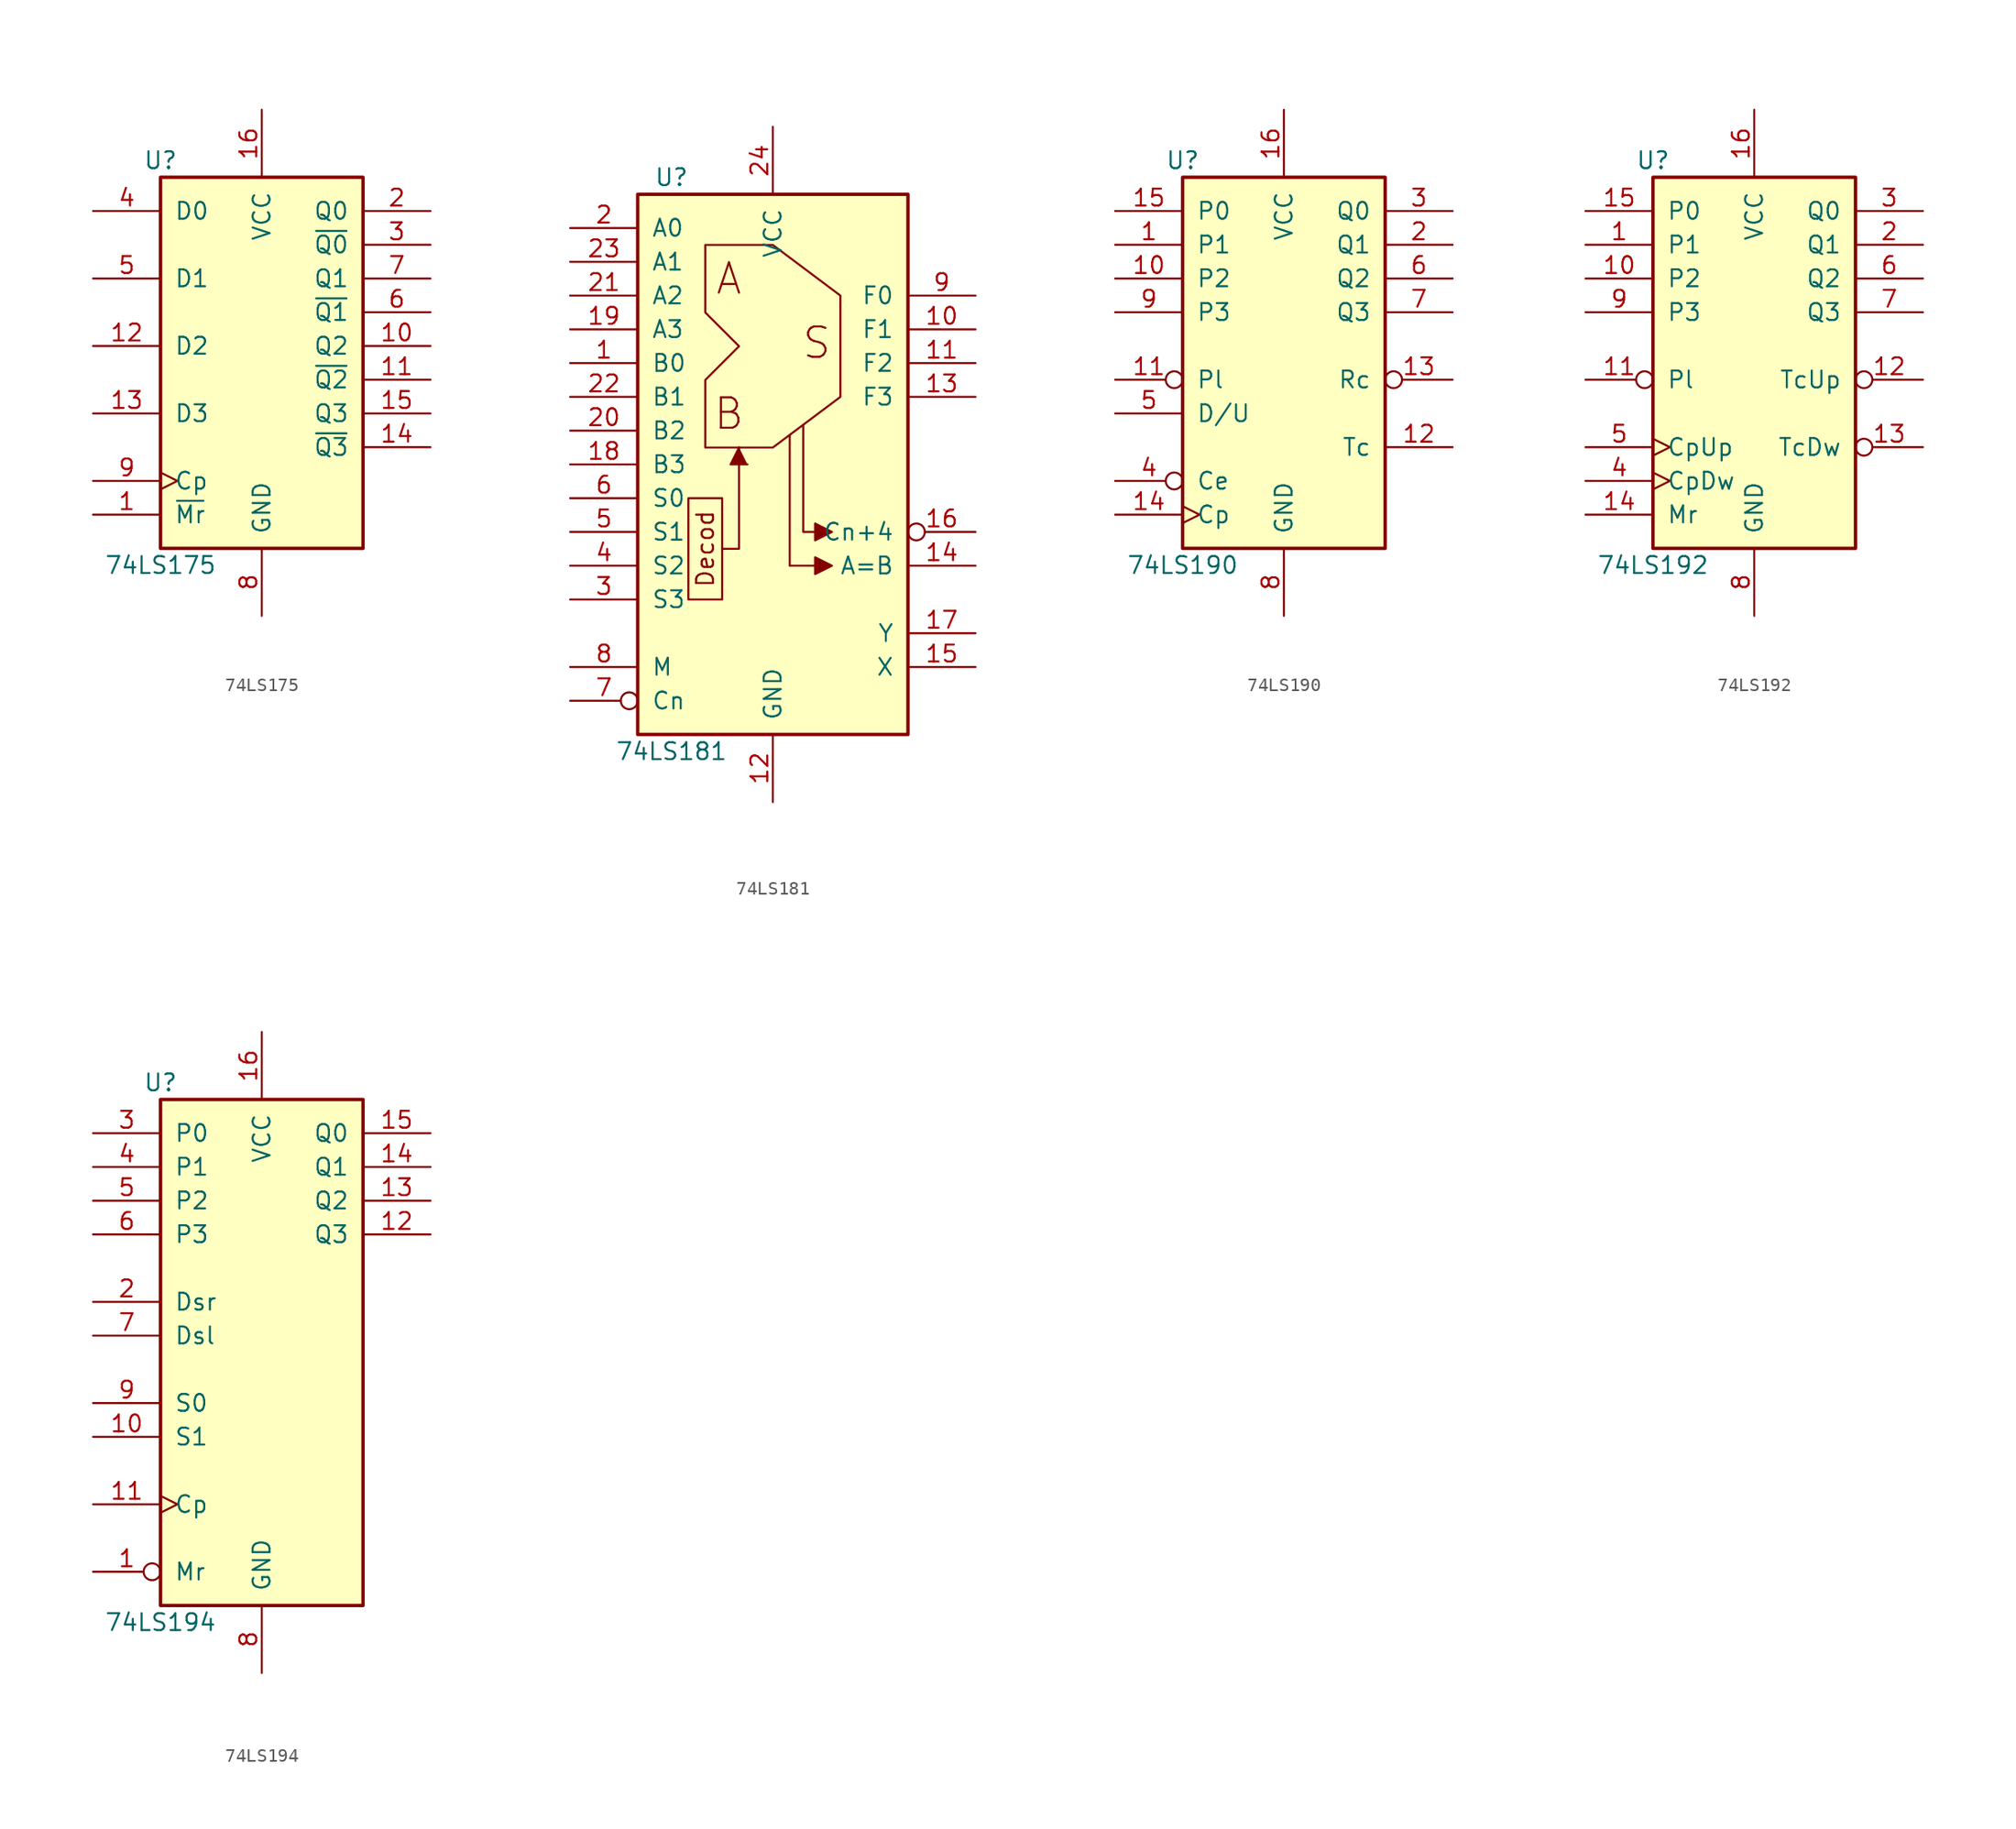
<source format=kicad_sym>
(kicad_symbol_lib
  (version 20201005)
  (generator kicad_symbol_editor)
  (symbol "74LS175"
    (pin_names
      (offset 1.016))
    (property "Reference" "U"
      (at -7.62 13.97 0)
      (effects (font (size 1.27 1.27))))
    (property "Value" "74LS175"
      (at -7.62 -16.51 0)
      (effects (font (size 1.27 1.27))))
    (property "ki_locked" ""
      (at 0 0 0)
      (effects (font (size 1.27 1.27))))
    (symbol "74LS175_1_0"
      (pin input line (at -12.7 -12.7 0) (length 5.08) (name "~Mr" (effects (font (size 1.27 1.27)))) (number "1" (effects (font (size 1.27 1.27)))))
      (pin output line (at 12.7 0 180) (length 5.08) (name "Q2" (effects (font (size 1.27 1.27)))) (number "10" (effects (font (size 1.27 1.27)))))
      (pin output line (at 12.7 -2.54 180) (length 5.08) (name "~Q2" (effects (font (size 1.27 1.27)))) (number "11" (effects (font (size 1.27 1.27)))))
      (pin input line (at -12.7 0 0) (length 5.08) (name "D2" (effects (font (size 1.27 1.27)))) (number "12" (effects (font (size 1.27 1.27)))))
      (pin input line (at -12.7 -5.08 0) (length 5.08) (name "D3" (effects (font (size 1.27 1.27)))) (number "13" (effects (font (size 1.27 1.27)))))
      (pin output line (at 12.7 -7.62 180) (length 5.08) (name "~Q3" (effects (font (size 1.27 1.27)))) (number "14" (effects (font (size 1.27 1.27)))))
      (pin output line (at 12.7 -5.08 180) (length 5.08) (name "Q3" (effects (font (size 1.27 1.27)))) (number "15" (effects (font (size 1.27 1.27)))))
      (pin power_in line (at 0 17.78 270) (length 5.08) (name "VCC" (effects (font (size 1.27 1.27)))) (number "16" (effects (font (size 1.27 1.27)))))
      (pin output line (at 12.7 10.16 180) (length 5.08) (name "Q0" (effects (font (size 1.27 1.27)))) (number "2" (effects (font (size 1.27 1.27)))))
      (pin output line (at 12.7 7.62 180) (length 5.08) (name "~Q0" (effects (font (size 1.27 1.27)))) (number "3" (effects (font (size 1.27 1.27)))))
      (pin input line (at -12.7 10.16 0) (length 5.08) (name "D0" (effects (font (size 1.27 1.27)))) (number "4" (effects (font (size 1.27 1.27)))))
      (pin input line (at -12.7 5.08 0) (length 5.08) (name "D1" (effects (font (size 1.27 1.27)))) (number "5" (effects (font (size 1.27 1.27)))))
      (pin output line (at 12.7 2.54 180) (length 5.08) (name "~Q1" (effects (font (size 1.27 1.27)))) (number "6" (effects (font (size 1.27 1.27)))))
      (pin output line (at 12.7 5.08 180) (length 5.08) (name "Q1" (effects (font (size 1.27 1.27)))) (number "7" (effects (font (size 1.27 1.27)))))
      (pin power_in line (at 0 -20.32 90) (length 5.08) (name "GND" (effects (font (size 1.27 1.27)))) (number "8" (effects (font (size 1.27 1.27)))))
      (pin input clock (at -12.7 -10.16 0) (length 5.08) (name "Cp" (effects (font (size 1.27 1.27)))) (number "9" (effects (font (size 1.27 1.27))))))
    (symbol "74LS175_1_1"
      (rectangle (start -7.62 12.7) (end 7.62 -15.24) (stroke (width 0.254)) (fill (type background)))))
  (symbol "74LS181"
    (pin_names
      (offset 1.016))
    (property "Reference" "U"
      (at -7.62 21.59 0)
      (effects (font (size 1.27 1.27))))
    (property "Value" "74LS181"
      (at -7.62 -21.59 0)
      (effects (font (size 1.27 1.27))))
    (property "ki_locked" ""
      (at 0 0 0)
      (effects (font (size 1.27 1.27))))
    (symbol "74LS181_1_0"
      (text "A" (at -3.302 13.97 0) (effects (font (size 2.286 2.286))))
      (text "B" (at -3.302 3.81 0) (effects (font (size 2.286 2.286))))
      (text "Decod" (at -5.08 -6.35 900) (effects (font (size 1.27 1.27))))
      (text "S" (at 3.302 9.144 0) (effects (font (size 2.286 2.286))))
      (polyline (pts (xy -3.81 -6.35) (xy -2.54 -6.35) (xy -2.54 1.27)) (stroke (width 0)) (fill (type none)))
      (polyline (pts (xy -2.54 1.27) (xy -3.175 0) (xy -1.905 0)) (stroke (width 0)) (fill (type outline)))
      (polyline (pts (xy 1.27 2.159) (xy 1.27 -7.62) (xy 3.175 -7.62)) (stroke (width 0)) (fill (type none)))
      (polyline (pts (xy 3.175 -5.08) (xy 2.286 -5.08) (xy 2.286 2.921)) (stroke (width 0)) (fill (type none)))
      (polyline (pts (xy 4.445 -7.62) (xy 3.175 -6.985) (xy 3.175 -8.255) (xy 4.445 -7.62)) (stroke (width 0)) (fill (type outline)))
      (polyline (pts (xy 4.445 -5.08) (xy 3.175 -4.445) (xy 3.175 -5.715) (xy 4.445 -5.08)) (stroke (width 0)) (fill (type outline)))
      (polyline (pts (xy -6.35 -2.54) (xy -6.35 -10.16) (xy -3.81 -10.16) (xy -3.81 -2.54) (xy -6.35 -2.54)) (stroke (width 0)) (fill (type none)))
      (polyline (pts (xy -5.08 16.51) (xy -5.08 11.43) (xy -2.54 8.89) (xy -5.08 6.35) (xy -5.08 1.27) (xy 0 1.27) (xy 5.08 5.08) (xy 5.08 12.7) (xy 0 16.51) (xy -5.08 16.51)) (stroke (width 0)) (fill (type none)))
      (pin input line (at -15.24 7.62 0) (length 5.08) (name "B0" (effects (font (size 1.27 1.27)))) (number "1" (effects (font (size 1.27 1.27)))))
      (pin output line (at 15.24 10.16 180) (length 5.08) (name "F1" (effects (font (size 1.27 1.27)))) (number "10" (effects (font (size 1.27 1.27)))))
      (pin output line (at 15.24 7.62 180) (length 5.08) (name "F2" (effects (font (size 1.27 1.27)))) (number "11" (effects (font (size 1.27 1.27)))))
      (pin power_in line (at 0 -25.4 90) (length 5.08) (name "GND" (effects (font (size 1.27 1.27)))) (number "12" (effects (font (size 1.27 1.27)))))
      (pin output line (at 15.24 5.08 180) (length 5.08) (name "F3" (effects (font (size 1.27 1.27)))) (number "13" (effects (font (size 1.27 1.27)))))
      (pin output line (at 15.24 -7.62 180) (length 5.08) (name "A=B" (effects (font (size 1.27 1.27)))) (number "14" (effects (font (size 1.27 1.27)))))
      (pin output line (at 15.24 -15.24 180) (length 5.08) (name "X" (effects (font (size 1.27 1.27)))) (number "15" (effects (font (size 1.27 1.27)))))
      (pin output inverted (at 15.24 -5.08 180) (length 5.08) (name "Cn+4" (effects (font (size 1.27 1.27)))) (number "16" (effects (font (size 1.27 1.27)))))
      (pin output line (at 15.24 -12.7 180) (length 5.08) (name "Y" (effects (font (size 1.27 1.27)))) (number "17" (effects (font (size 1.27 1.27)))))
      (pin input line (at -15.24 0 0) (length 5.08) (name "B3" (effects (font (size 1.27 1.27)))) (number "18" (effects (font (size 1.27 1.27)))))
      (pin input line (at -15.24 10.16 0) (length 5.08) (name "A3" (effects (font (size 1.27 1.27)))) (number "19" (effects (font (size 1.27 1.27)))))
      (pin input line (at -15.24 17.78 0) (length 5.08) (name "A0" (effects (font (size 1.27 1.27)))) (number "2" (effects (font (size 1.27 1.27)))))
      (pin input line (at -15.24 2.54 0) (length 5.08) (name "B2" (effects (font (size 1.27 1.27)))) (number "20" (effects (font (size 1.27 1.27)))))
      (pin input line (at -15.24 12.7 0) (length 5.08) (name "A2" (effects (font (size 1.27 1.27)))) (number "21" (effects (font (size 1.27 1.27)))))
      (pin input line (at -15.24 5.08 0) (length 5.08) (name "B1" (effects (font (size 1.27 1.27)))) (number "22" (effects (font (size 1.27 1.27)))))
      (pin input line (at -15.24 15.24 0) (length 5.08) (name "A1" (effects (font (size 1.27 1.27)))) (number "23" (effects (font (size 1.27 1.27)))))
      (pin power_in line (at 0 25.4 270) (length 5.08) (name "VCC" (effects (font (size 1.27 1.27)))) (number "24" (effects (font (size 1.27 1.27)))))
      (pin input line (at -15.24 -10.16 0) (length 5.08) (name "S3" (effects (font (size 1.27 1.27)))) (number "3" (effects (font (size 1.27 1.27)))))
      (pin input line (at -15.24 -7.62 0) (length 5.08) (name "S2" (effects (font (size 1.27 1.27)))) (number "4" (effects (font (size 1.27 1.27)))))
      (pin input line (at -15.24 -5.08 0) (length 5.08) (name "S1" (effects (font (size 1.27 1.27)))) (number "5" (effects (font (size 1.27 1.27)))))
      (pin input line (at -15.24 -2.54 0) (length 5.08) (name "S0" (effects (font (size 1.27 1.27)))) (number "6" (effects (font (size 1.27 1.27)))))
      (pin input inverted (at -15.24 -17.78 0) (length 5.08) (name "Cn" (effects (font (size 1.27 1.27)))) (number "7" (effects (font (size 1.27 1.27)))))
      (pin input line (at -15.24 -15.24 0) (length 5.08) (name "M" (effects (font (size 1.27 1.27)))) (number "8" (effects (font (size 1.27 1.27)))))
      (pin output line (at 15.24 12.7 180) (length 5.08) (name "F0" (effects (font (size 1.27 1.27)))) (number "9" (effects (font (size 1.27 1.27))))))
    (symbol "74LS181_1_1"
      (rectangle (start -10.16 20.32) (end 10.16 -20.32) (stroke (width 0.254)) (fill (type background)))))
  (symbol "74LS190"
    (pin_names
      (offset 1.016))
    (property "Reference" "U"
      (at -7.62 13.97 0)
      (effects (font (size 1.27 1.27))))
    (property "Value" "74LS190"
      (at -7.62 -16.51 0)
      (effects (font (size 1.27 1.27))))
    (property "ki_locked" ""
      (at 0 0 0)
      (effects (font (size 1.27 1.27))))
    (symbol "74LS190_1_0"
      (pin input line (at -12.7 7.62 0) (length 5.08) (name "P1" (effects (font (size 1.27 1.27)))) (number "1" (effects (font (size 1.27 1.27)))))
      (pin input line (at -12.7 5.08 0) (length 5.08) (name "P2" (effects (font (size 1.27 1.27)))) (number "10" (effects (font (size 1.27 1.27)))))
      (pin input inverted (at -12.7 -2.54 0) (length 5.08) (name "Pl" (effects (font (size 1.27 1.27)))) (number "11" (effects (font (size 1.27 1.27)))))
      (pin output line (at 12.7 -7.62 180) (length 5.08) (name "Tc" (effects (font (size 1.27 1.27)))) (number "12" (effects (font (size 1.27 1.27)))))
      (pin output inverted (at 12.7 -2.54 180) (length 5.08) (name "Rc" (effects (font (size 1.27 1.27)))) (number "13" (effects (font (size 1.27 1.27)))))
      (pin input clock (at -12.7 -12.7 0) (length 5.08) (name "Cp" (effects (font (size 1.27 1.27)))) (number "14" (effects (font (size 1.27 1.27)))))
      (pin input line (at -12.7 10.16 0) (length 5.08) (name "P0" (effects (font (size 1.27 1.27)))) (number "15" (effects (font (size 1.27 1.27)))))
      (pin power_in line (at 0 17.78 270) (length 5.08) (name "VCC" (effects (font (size 1.27 1.27)))) (number "16" (effects (font (size 1.27 1.27)))))
      (pin output line (at 12.7 7.62 180) (length 5.08) (name "Q1" (effects (font (size 1.27 1.27)))) (number "2" (effects (font (size 1.27 1.27)))))
      (pin output line (at 12.7 10.16 180) (length 5.08) (name "Q0" (effects (font (size 1.27 1.27)))) (number "3" (effects (font (size 1.27 1.27)))))
      (pin input inverted (at -12.7 -10.16 0) (length 5.08) (name "Ce" (effects (font (size 1.27 1.27)))) (number "4" (effects (font (size 1.27 1.27)))))
      (pin input line (at -12.7 -5.08 0) (length 5.08) (name "D/U" (effects (font (size 1.27 1.27)))) (number "5" (effects (font (size 1.27 1.27)))))
      (pin output line (at 12.7 5.08 180) (length 5.08) (name "Q2" (effects (font (size 1.27 1.27)))) (number "6" (effects (font (size 1.27 1.27)))))
      (pin output line (at 12.7 2.54 180) (length 5.08) (name "Q3" (effects (font (size 1.27 1.27)))) (number "7" (effects (font (size 1.27 1.27)))))
      (pin power_in line (at 0 -20.32 90) (length 5.08) (name "GND" (effects (font (size 1.27 1.27)))) (number "8" (effects (font (size 1.27 1.27)))))
      (pin input line (at -12.7 2.54 0) (length 5.08) (name "P3" (effects (font (size 1.27 1.27)))) (number "9" (effects (font (size 1.27 1.27))))))
    (symbol "74LS190_1_1"
      (rectangle (start -7.62 12.7) (end 7.62 -15.24) (stroke (width 0.254)) (fill (type background)))))
  (symbol "74LS192"
    (pin_names
      (offset 1.016))
    (property "Reference" "U"
      (at -7.62 13.97 0)
      (effects (font (size 1.27 1.27))))
    (property "Value" "74LS192"
      (at -7.62 -16.51 0)
      (effects (font (size 1.27 1.27))))
    (property "ki_locked" ""
      (at 0 0 0)
      (effects (font (size 1.27 1.27))))
    (symbol "74LS192_1_0"
      (pin input line (at -12.7 7.62 0) (length 5.08) (name "P1" (effects (font (size 1.27 1.27)))) (number "1" (effects (font (size 1.27 1.27)))))
      (pin input line (at -12.7 5.08 0) (length 5.08) (name "P2" (effects (font (size 1.27 1.27)))) (number "10" (effects (font (size 1.27 1.27)))))
      (pin input inverted (at -12.7 -2.54 0) (length 5.08) (name "Pl" (effects (font (size 1.27 1.27)))) (number "11" (effects (font (size 1.27 1.27)))))
      (pin output inverted (at 12.7 -2.54 180) (length 5.08) (name "TcUp" (effects (font (size 1.27 1.27)))) (number "12" (effects (font (size 1.27 1.27)))))
      (pin output inverted (at 12.7 -7.62 180) (length 5.08) (name "TcDw" (effects (font (size 1.27 1.27)))) (number "13" (effects (font (size 1.27 1.27)))))
      (pin input line (at -12.7 -12.7 0) (length 5.08) (name "Mr" (effects (font (size 1.27 1.27)))) (number "14" (effects (font (size 1.27 1.27)))))
      (pin input line (at -12.7 10.16 0) (length 5.08) (name "P0" (effects (font (size 1.27 1.27)))) (number "15" (effects (font (size 1.27 1.27)))))
      (pin power_in line (at 0 17.78 270) (length 5.08) (name "VCC" (effects (font (size 1.27 1.27)))) (number "16" (effects (font (size 1.27 1.27)))))
      (pin output line (at 12.7 7.62 180) (length 5.08) (name "Q1" (effects (font (size 1.27 1.27)))) (number "2" (effects (font (size 1.27 1.27)))))
      (pin output line (at 12.7 10.16 180) (length 5.08) (name "Q0" (effects (font (size 1.27 1.27)))) (number "3" (effects (font (size 1.27 1.27)))))
      (pin input clock (at -12.7 -10.16 0) (length 5.08) (name "CpDw" (effects (font (size 1.27 1.27)))) (number "4" (effects (font (size 1.27 1.27)))))
      (pin input clock (at -12.7 -7.62 0) (length 5.08) (name "CpUp" (effects (font (size 1.27 1.27)))) (number "5" (effects (font (size 1.27 1.27)))))
      (pin output line (at 12.7 5.08 180) (length 5.08) (name "Q2" (effects (font (size 1.27 1.27)))) (number "6" (effects (font (size 1.27 1.27)))))
      (pin output line (at 12.7 2.54 180) (length 5.08) (name "Q3" (effects (font (size 1.27 1.27)))) (number "7" (effects (font (size 1.27 1.27)))))
      (pin power_in line (at 0 -20.32 90) (length 5.08) (name "GND" (effects (font (size 1.27 1.27)))) (number "8" (effects (font (size 1.27 1.27)))))
      (pin input line (at -12.7 2.54 0) (length 5.08) (name "P3" (effects (font (size 1.27 1.27)))) (number "9" (effects (font (size 1.27 1.27))))))
    (symbol "74LS192_1_1"
      (rectangle (start -7.62 12.7) (end 7.62 -15.24) (stroke (width 0.254)) (fill (type background)))))
  (symbol "74LS194"
    (pin_names
      (offset 1.016))
    (property "Reference" "U"
      (at -7.62 19.05 0)
      (effects (font (size 1.27 1.27))))
    (property "Value" "74LS194"
      (at -7.62 -21.59 0)
      (effects (font (size 1.27 1.27))))
    (property "ki_locked" ""
      (at 0 0 0)
      (effects (font (size 1.27 1.27))))
    (symbol "74LS194_1_0"
      (pin input inverted (at -12.7 -17.78 0) (length 5.08) (name "Mr" (effects (font (size 1.27 1.27)))) (number "1" (effects (font (size 1.27 1.27)))))
      (pin input line (at -12.7 -7.62 0) (length 5.08) (name "S1" (effects (font (size 1.27 1.27)))) (number "10" (effects (font (size 1.27 1.27)))))
      (pin input clock (at -12.7 -12.7 0) (length 5.08) (name "Cp" (effects (font (size 1.27 1.27)))) (number "11" (effects (font (size 1.27 1.27)))))
      (pin output line (at 12.7 7.62 180) (length 5.08) (name "Q3" (effects (font (size 1.27 1.27)))) (number "12" (effects (font (size 1.27 1.27)))))
      (pin output line (at 12.7 10.16 180) (length 5.08) (name "Q2" (effects (font (size 1.27 1.27)))) (number "13" (effects (font (size 1.27 1.27)))))
      (pin output line (at 12.7 12.7 180) (length 5.08) (name "Q1" (effects (font (size 1.27 1.27)))) (number "14" (effects (font (size 1.27 1.27)))))
      (pin output line (at 12.7 15.24 180) (length 5.08) (name "Q0" (effects (font (size 1.27 1.27)))) (number "15" (effects (font (size 1.27 1.27)))))
      (pin power_in line (at 0 22.86 270) (length 5.08) (name "VCC" (effects (font (size 1.27 1.27)))) (number "16" (effects (font (size 1.27 1.27)))))
      (pin input line (at -12.7 2.54 0) (length 5.08) (name "Dsr" (effects (font (size 1.27 1.27)))) (number "2" (effects (font (size 1.27 1.27)))))
      (pin input line (at -12.7 15.24 0) (length 5.08) (name "P0" (effects (font (size 1.27 1.27)))) (number "3" (effects (font (size 1.27 1.27)))))
      (pin input line (at -12.7 12.7 0) (length 5.08) (name "P1" (effects (font (size 1.27 1.27)))) (number "4" (effects (font (size 1.27 1.27)))))
      (pin input line (at -12.7 10.16 0) (length 5.08) (name "P2" (effects (font (size 1.27 1.27)))) (number "5" (effects (font (size 1.27 1.27)))))
      (pin input line (at -12.7 7.62 0) (length 5.08) (name "P3" (effects (font (size 1.27 1.27)))) (number "6" (effects (font (size 1.27 1.27)))))
      (pin input line (at -12.7 0 0) (length 5.08) (name "Dsl" (effects (font (size 1.27 1.27)))) (number "7" (effects (font (size 1.27 1.27)))))
      (pin power_in line (at 0 -25.4 90) (length 5.08) (name "GND" (effects (font (size 1.27 1.27)))) (number "8" (effects (font (size 1.27 1.27)))))
      (pin input line (at -12.7 -5.08 0) (length 5.08) (name "S0" (effects (font (size 1.27 1.27)))) (number "9" (effects (font (size 1.27 1.27))))))
    (symbol "74LS194_1_1"
      (rectangle (start -7.62 17.78) (end 7.62 -20.32) (stroke (width 0.254)) (fill (type background))))))
</source>
